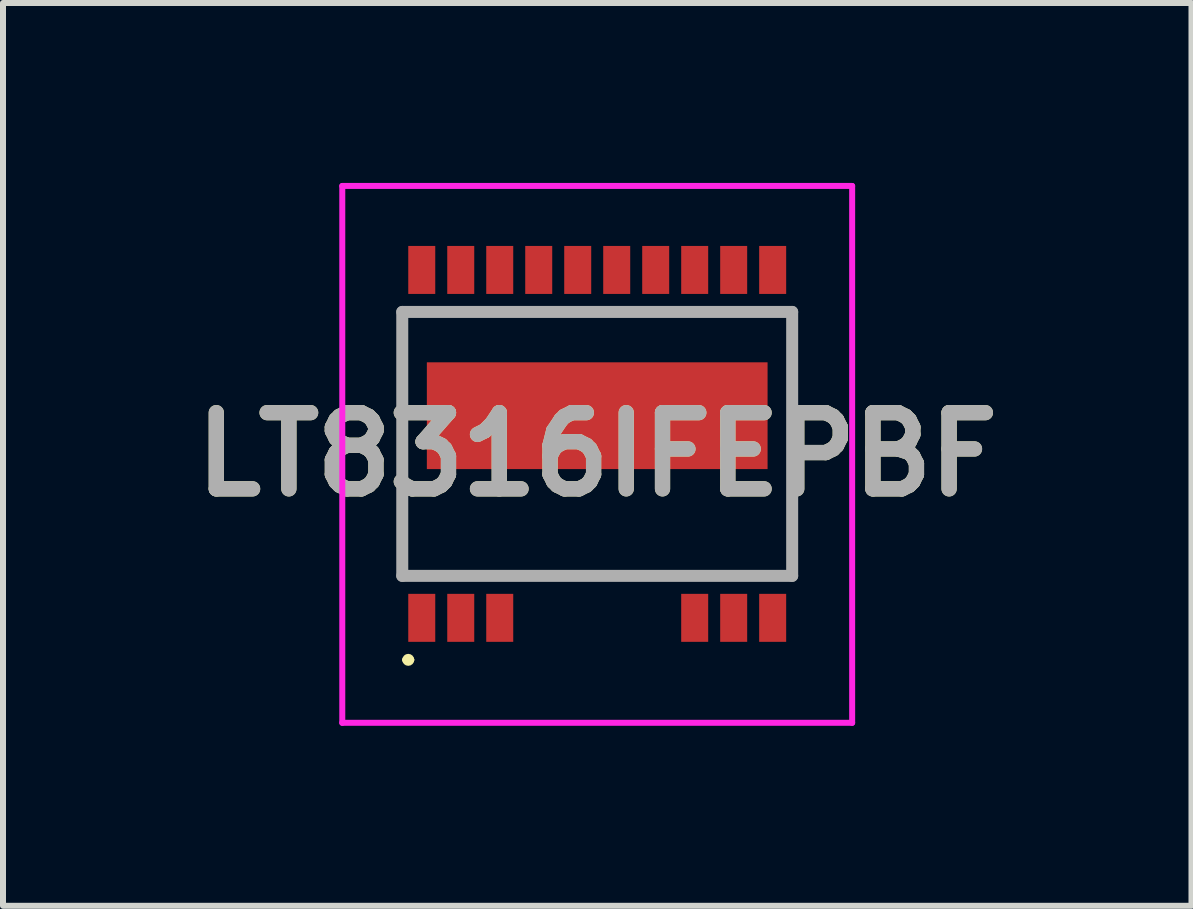
<source format=kicad_pcb>
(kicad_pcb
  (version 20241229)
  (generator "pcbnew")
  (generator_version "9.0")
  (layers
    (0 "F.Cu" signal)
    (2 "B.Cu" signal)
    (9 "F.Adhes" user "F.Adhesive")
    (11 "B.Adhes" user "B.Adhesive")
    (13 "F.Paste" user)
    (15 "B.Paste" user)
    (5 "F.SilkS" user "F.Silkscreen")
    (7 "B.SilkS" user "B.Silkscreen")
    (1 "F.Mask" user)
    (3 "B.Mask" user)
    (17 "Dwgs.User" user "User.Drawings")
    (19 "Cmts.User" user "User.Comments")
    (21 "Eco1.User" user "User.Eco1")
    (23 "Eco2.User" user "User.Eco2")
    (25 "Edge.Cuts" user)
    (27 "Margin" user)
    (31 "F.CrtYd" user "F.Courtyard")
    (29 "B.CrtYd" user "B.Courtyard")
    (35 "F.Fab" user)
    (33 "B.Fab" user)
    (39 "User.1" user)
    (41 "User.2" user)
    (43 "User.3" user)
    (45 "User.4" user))
  (footprint "LT8316IFEPBF"
    (layer "F.Cu")
    (at 6.906 4.77)
    (property "Reference" "LT8316IFEPBF" (at 0 -0.245 0) (layer "F.SilkS") (effects (font (size 1.27 1.27) (thickness 0.254))))
    (attr smd)
    (fp_line (start -3.25 -2.62) (end 3.25 -2.62) (stroke (width 0.1) (type solid)) (layer "F.SilkS"))
    (fp_line (start -3.25 1.78) (end -3.25 -2.62) (stroke (width 0.1) (type solid)) (layer "F.SilkS"))
    (fp_line (start -3.2 3.18) (end -3.2 3.18) (stroke (width 0.1) (type solid)) (layer "F.SilkS"))
    (fp_line (start -3.1 3.18) (end -3.1 3.18) (stroke (width 0.1) (type solid)) (layer "F.SilkS"))
    (fp_line (start 3.25 -2.62) (end 3.25 1.78) (stroke (width 0.1) (type solid)) (layer "F.SilkS"))
    (fp_line (start 3.25 1.78) (end -3.25 1.78) (stroke (width 0.1) (type solid)) (layer "F.SilkS"))
    (fp_arc (start -3.2 3.18) (mid -3.15 3.13) (end -3.1 3.18) (stroke (width 0.1) (type solid)) (layer "F.SilkS"))
    (fp_arc (start -3.1 3.18) (mid -3.15 3.23) (end -3.2 3.18) (stroke (width 0.1) (type solid)) (layer "F.SilkS"))
    (fp_line (start -4.25 -4.72) (end 4.25 -4.72) (stroke (width 0.1) (type solid)) (layer "F.CrtYd"))
    (fp_line (start -4.25 4.23) (end -4.25 -4.72) (stroke (width 0.1) (type solid)) (layer "F.CrtYd"))
    (fp_line (start 4.25 -4.72) (end 4.25 4.23) (stroke (width 0.1) (type solid)) (layer "F.CrtYd"))
    (fp_line (start 4.25 4.23) (end -4.25 4.23) (stroke (width 0.1) (type solid)) (layer "F.CrtYd"))
    (fp_line (start -3.25 -2.62) (end 3.25 -2.62) (stroke (width 0.2) (type solid)) (layer "F.Fab"))
    (fp_line (start -3.25 1.78) (end -3.25 -2.62) (stroke (width 0.2) (type solid)) (layer "F.Fab"))
    (fp_line (start 3.25 -2.62) (end 3.25 1.78) (stroke (width 0.2) (type solid)) (layer "F.Fab"))
    (fp_line (start 3.25 1.78) (end -3.25 1.78) (stroke (width 0.2) (type solid)) (layer "F.Fab"))
    (fp_text user "${REFERENCE}" (at 0 -0.245 0) (layer "F.Fab") (effects (font (size 1.27 1.27) (thickness 0.254))))
    (pad "1" smd rect (at -2.925 2.48) (size 0.45 0.8) (layers "F.Cu" "F.Mask" "F.Paste"))
    (pad "2" smd rect (at -2.275 2.48) (size 0.45 0.8) (layers "F.Cu" "F.Mask" "F.Paste"))
    (pad "3" smd rect (at -1.625 2.48) (size 0.45 0.8) (layers "F.Cu" "F.Mask" "F.Paste"))
    (pad "8" smd rect (at 1.625 2.48) (size 0.45 0.8) (layers "F.Cu" "F.Mask" "F.Paste"))
    (pad "9" smd rect (at 2.275 2.48) (size 0.45 0.8) (layers "F.Cu" "F.Mask" "F.Paste"))
    (pad "10" smd rect (at 2.925 2.48) (size 0.45 0.8) (layers "F.Cu" "F.Mask" "F.Paste"))
    (pad "11" smd rect (at 2.925 -3.32) (size 0.45 0.8) (layers "F.Cu" "F.Mask" "F.Paste"))
    (pad "12" smd rect (at 2.275 -3.32) (size 0.45 0.8) (layers "F.Cu" "F.Mask" "F.Paste"))
    (pad "13" smd rect (at 1.625 -3.32) (size 0.45 0.8) (layers "F.Cu" "F.Mask" "F.Paste"))
    (pad "14" smd rect (at 0.975 -3.32) (size 0.45 0.8) (layers "F.Cu" "F.Mask" "F.Paste"))
    (pad "15" smd rect (at 0.325 -3.32) (size 0.45 0.8) (layers "F.Cu" "F.Mask" "F.Paste"))
    (pad "16" smd rect (at -0.325 -3.32) (size 0.45 0.8) (layers "F.Cu" "F.Mask" "F.Paste"))
    (pad "17" smd rect (at -0.975 -3.32) (size 0.45 0.8) (layers "F.Cu" "F.Mask" "F.Paste"))
    (pad "18" smd rect (at -1.625 -3.32) (size 0.45 0.8) (layers "F.Cu" "F.Mask" "F.Paste"))
    (pad "19" smd rect (at -2.275 -3.32) (size 0.45 0.8) (layers "F.Cu" "F.Mask" "F.Paste"))
    (pad "20" smd rect (at -2.925 -3.32) (size 0.45 0.8) (layers "F.Cu" "F.Mask" "F.Paste"))
    (pad "21" smd rect (at 0 -0.89 90) (size 1.78 5.68) (layers "F.Cu" "F.Mask" "F.Paste")))
  (gr_rect
    (start -3 -3)
    (end 16.813 12.05)
    (stroke (width 0.1) (type default))
    (fill no)
    (layer "Edge.Cuts")))
</source>
